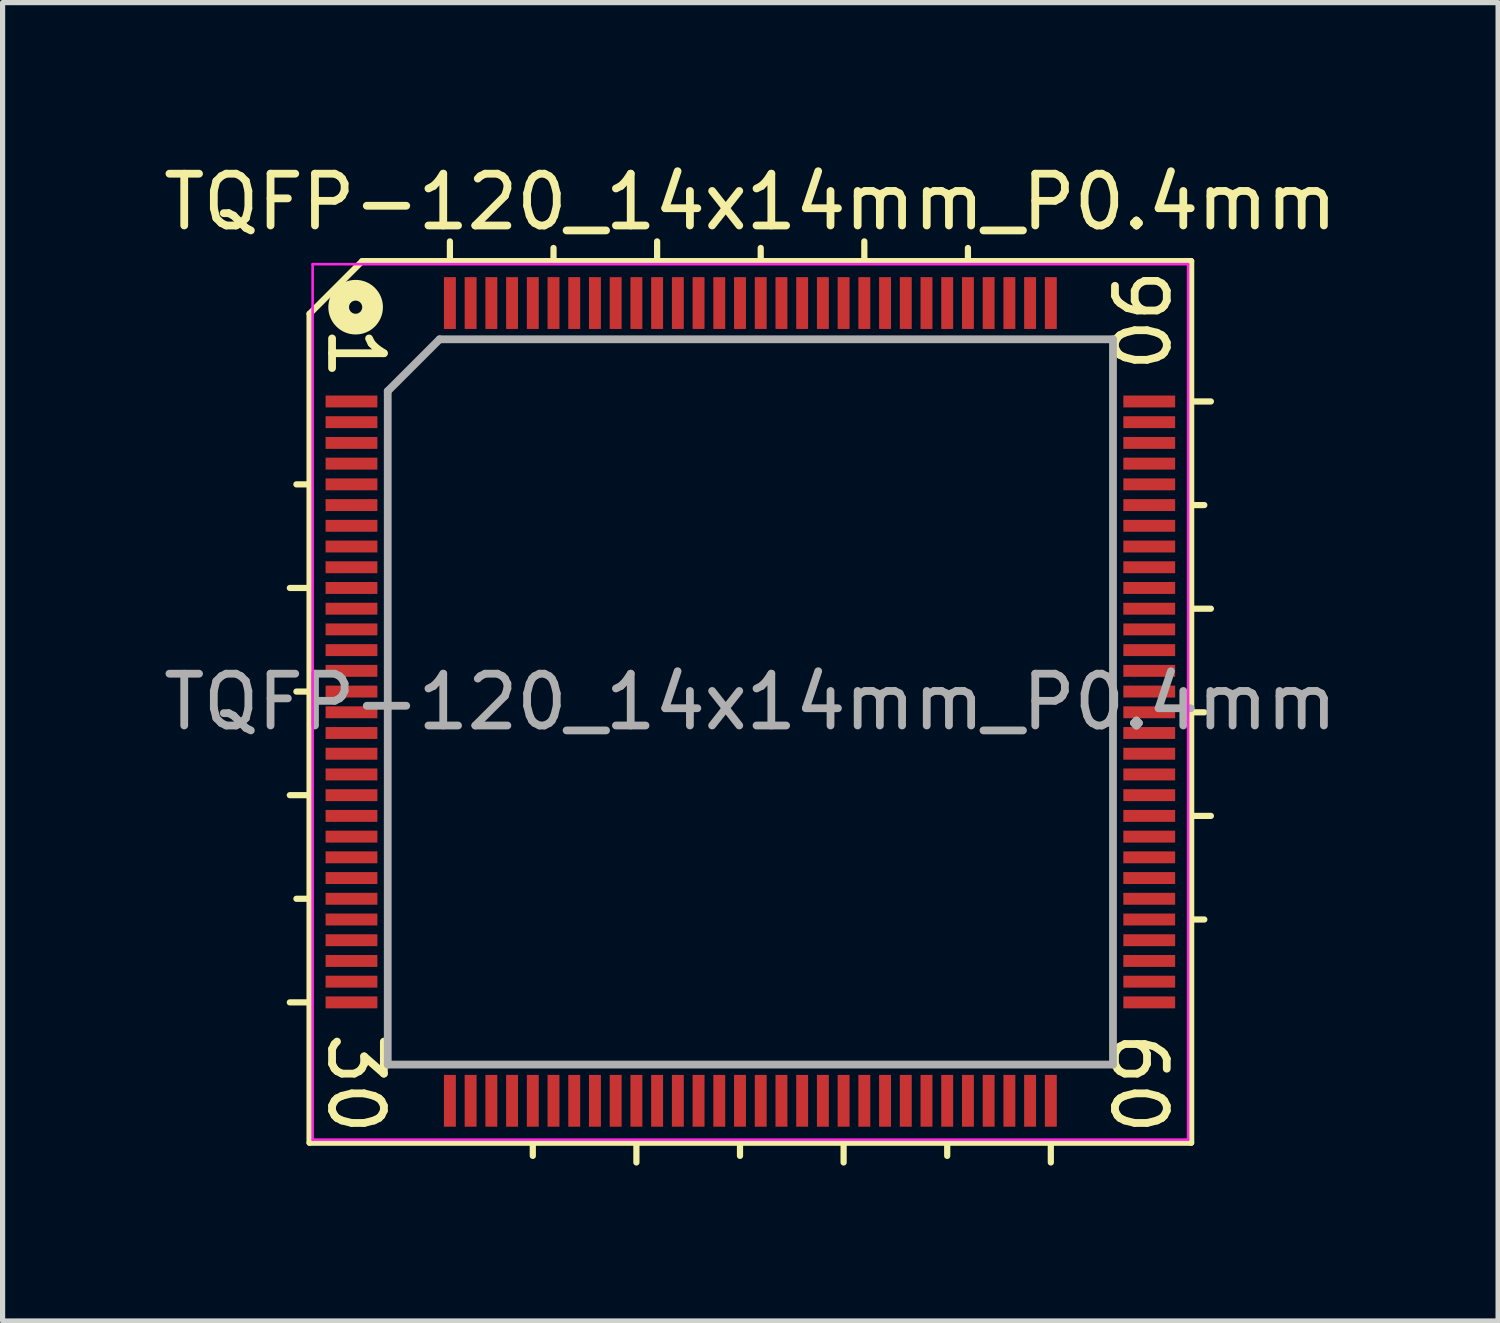
<source format=kicad_pcb>
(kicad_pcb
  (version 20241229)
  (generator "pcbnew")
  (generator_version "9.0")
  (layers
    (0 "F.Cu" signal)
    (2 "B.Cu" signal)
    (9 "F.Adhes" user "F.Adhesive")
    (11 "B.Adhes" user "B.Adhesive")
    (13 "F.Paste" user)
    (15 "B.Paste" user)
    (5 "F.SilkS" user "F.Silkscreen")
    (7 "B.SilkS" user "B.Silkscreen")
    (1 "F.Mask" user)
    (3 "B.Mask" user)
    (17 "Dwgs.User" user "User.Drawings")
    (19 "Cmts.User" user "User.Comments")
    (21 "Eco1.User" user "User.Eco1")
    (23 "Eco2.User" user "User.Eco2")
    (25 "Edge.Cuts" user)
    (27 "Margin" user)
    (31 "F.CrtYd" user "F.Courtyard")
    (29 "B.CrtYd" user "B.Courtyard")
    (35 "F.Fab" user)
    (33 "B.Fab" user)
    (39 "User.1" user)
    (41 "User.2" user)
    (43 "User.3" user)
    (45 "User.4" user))
  (footprint "TQFP-120_14x14mm_P0.4mm"
    (layer "F.Cu")
    (at 11.435 10.5)
    (property "Reference" "TQFP-120_14x14mm_P0.4mm" (at 0 -9.652 0) (layer "F.SilkS") (effects (font (size 1 1) (thickness 0.15))))
    (attr smd)
    (fp_line (start -8.509 -7.493) (end -8.509 8.509) (stroke (width 0.12) (type solid)) (layer "F.SilkS"))
    (fp_line (start -8.509 -4.2) (end -8.763 -4.2) (stroke (width 0.12) (type solid)) (layer "F.SilkS"))
    (fp_line (start -8.509 -2.2) (end -8.89 -2.2) (stroke (width 0.12) (type solid)) (layer "F.SilkS"))
    (fp_line (start -8.509 -0.2) (end -8.763 -0.2) (stroke (width 0.12) (type solid)) (layer "F.SilkS"))
    (fp_line (start -8.509 1.8) (end -8.89 1.8) (stroke (width 0.12) (type solid)) (layer "F.SilkS"))
    (fp_line (start -8.509 3.8) (end -8.763 3.8) (stroke (width 0.12) (type solid)) (layer "F.SilkS"))
    (fp_line (start -8.509 5.8) (end -8.89 5.8) (stroke (width 0.12) (type solid)) (layer "F.SilkS"))
    (fp_line (start -8.509 8.509) (end 8.509 8.509) (stroke (width 0.12) (type solid)) (layer "F.SilkS"))
    (fp_line (start -7.493 -8.509) (end -8.509 -7.493) (stroke (width 0.12) (type solid)) (layer "F.SilkS"))
    (fp_line (start -5.8 -8.509) (end -5.8 -8.89) (stroke (width 0.12) (type solid)) (layer "F.SilkS"))
    (fp_line (start -4.2 8.509) (end -4.2 8.763) (stroke (width 0.12) (type solid)) (layer "F.SilkS"))
    (fp_line (start -3.8 -8.509) (end -3.8 -8.763) (stroke (width 0.12) (type solid)) (layer "F.SilkS"))
    (fp_line (start -2.2 8.509) (end -2.2 8.89) (stroke (width 0.12) (type solid)) (layer "F.SilkS"))
    (fp_line (start -1.8 -8.509) (end -1.8 -8.89) (stroke (width 0.12) (type solid)) (layer "F.SilkS"))
    (fp_line (start -0.2 8.509) (end -0.2 8.763) (stroke (width 0.12) (type solid)) (layer "F.SilkS"))
    (fp_line (start 0.2 -8.509) (end 0.2 -8.763) (stroke (width 0.12) (type solid)) (layer "F.SilkS"))
    (fp_line (start 1.8 8.509) (end 1.8 8.89) (stroke (width 0.12) (type solid)) (layer "F.SilkS"))
    (fp_line (start 2.2 -8.89) (end 2.2 -8.509) (stroke (width 0.12) (type solid)) (layer "F.SilkS"))
    (fp_line (start 3.8 8.509) (end 3.8 8.763) (stroke (width 0.12) (type solid)) (layer "F.SilkS"))
    (fp_line (start 4.2 -8.509) (end 4.2 -8.763) (stroke (width 0.12) (type solid)) (layer "F.SilkS"))
    (fp_line (start 5.8 8.509) (end 5.8 8.89) (stroke (width 0.12) (type solid)) (layer "F.SilkS"))
    (fp_line (start 8.509 -8.509) (end -7.493 -8.509) (stroke (width 0.12) (type solid)) (layer "F.SilkS"))
    (fp_line (start 8.509 -5.8) (end 8.89 -5.8) (stroke (width 0.12) (type solid)) (layer "F.SilkS"))
    (fp_line (start 8.509 -3.8) (end 8.763 -3.8) (stroke (width 0.12) (type solid)) (layer "F.SilkS"))
    (fp_line (start 8.509 -1.8) (end 8.89 -1.8) (stroke (width 0.12) (type solid)) (layer "F.SilkS"))
    (fp_line (start 8.509 0.2) (end 8.763 0.2) (stroke (width 0.12) (type solid)) (layer "F.SilkS"))
    (fp_line (start 8.509 2.2) (end 8.89 2.2) (stroke (width 0.12) (type solid)) (layer "F.SilkS"))
    (fp_line (start 8.509 4.2) (end 8.763 4.2) (stroke (width 0.12) (type solid)) (layer "F.SilkS"))
    (fp_line (start 8.509 8.509) (end 8.509 -8.509) (stroke (width 0.12) (type solid)) (layer "F.SilkS"))
    (fp_circle (center -7.62 -7.62) (end -7.493 -7.62) (stroke (width 0.4) (type solid)) (fill no) (layer "F.SilkS"))
    (fp_line (start -8.45 -8.45) (end -8.45 8.45) (stroke (width 0.05) (type solid)) (layer "F.CrtYd"))
    (fp_line (start -8.45 -8.45) (end 8.45 -8.45) (stroke (width 0.05) (type solid)) (layer "F.CrtYd"))
    (fp_line (start -8.45 8.45) (end 8.45 8.45) (stroke (width 0.05) (type solid)) (layer "F.CrtYd"))
    (fp_line (start 8.45 -8.45) (end 8.45 8.45) (stroke (width 0.05) (type solid)) (layer "F.CrtYd"))
    (fp_line (start -7 -6) (end -6 -7) (stroke (width 0.15) (type solid)) (layer "F.Fab"))
    (fp_line (start -7 7) (end -7 -6) (stroke (width 0.15) (type solid)) (layer "F.Fab"))
    (fp_line (start -6 -7) (end 7 -7) (stroke (width 0.15) (type solid)) (layer "F.Fab"))
    (fp_line (start 7 -7) (end 7 7) (stroke (width 0.15) (type solid)) (layer "F.Fab"))
    (fp_line (start 7 7) (end -7 7) (stroke (width 0.15) (type solid)) (layer "F.Fab"))
    (fp_text user "60" (at 7.493 7.366 270) (unlocked yes) (layer "F.SilkS") (effects (font (size 1 1) (thickness 0.15))))
    (fp_text user "90" (at 7.493 -7.366 270) (unlocked yes) (layer "F.SilkS") (effects (font (size 1 1) (thickness 0.15))))
    (fp_text user "30" (at -7.62 7.366 270) (unlocked yes) (layer "F.SilkS") (effects (font (size 1 1) (thickness 0.15))))
    (fp_text user "1" (at -7.62 -6.731 270) (unlocked yes) (layer "F.SilkS") (effects (font (size 1 1) (thickness 0.15))))
    (fp_text user "${REFERENCE}" (at 0 0 0) (layer "F.Fab") (effects (font (size 1 1) (thickness 0.15))))
    (pad "1" smd rect (at -7.7 -5.8) (size 1 0.23) (layers "F.Cu" "F.Mask" "F.Paste"))
    (pad "2" smd rect (at -7.7 -5.4) (size 1 0.23) (layers "F.Cu" "F.Mask" "F.Paste"))
    (pad "3" smd rect (at -7.7 -5) (size 1 0.23) (layers "F.Cu" "F.Mask" "F.Paste"))
    (pad "4" smd rect (at -7.7 -4.6) (size 1 0.23) (layers "F.Cu" "F.Mask" "F.Paste"))
    (pad "5" smd rect (at -7.7 -4.2) (size 1 0.23) (layers "F.Cu" "F.Mask" "F.Paste"))
    (pad "6" smd rect (at -7.7 -3.8) (size 1 0.23) (layers "F.Cu" "F.Mask" "F.Paste"))
    (pad "7" smd rect (at -7.7 -3.4) (size 1 0.23) (layers "F.Cu" "F.Mask" "F.Paste"))
    (pad "8" smd rect (at -7.7 -3) (size 1 0.23) (layers "F.Cu" "F.Mask" "F.Paste"))
    (pad "9" smd rect (at -7.7 -2.6) (size 1 0.23) (layers "F.Cu" "F.Mask" "F.Paste"))
    (pad "10" smd rect (at -7.7 -2.2) (size 1 0.23) (layers "F.Cu" "F.Mask" "F.Paste"))
    (pad "11" smd rect (at -7.7 -1.8) (size 1 0.23) (layers "F.Cu" "F.Mask" "F.Paste"))
    (pad "12" smd rect (at -7.7 -1.4) (size 1 0.23) (layers "F.Cu" "F.Mask" "F.Paste"))
    (pad "13" smd rect (at -7.7 -1) (size 1 0.23) (layers "F.Cu" "F.Mask" "F.Paste"))
    (pad "14" smd rect (at -7.7 -0.6) (size 1 0.23) (layers "F.Cu" "F.Mask" "F.Paste"))
    (pad "15" smd rect (at -7.7 -0.2) (size 1 0.23) (layers "F.Cu" "F.Mask" "F.Paste"))
    (pad "16" smd rect (at -7.7 0.2) (size 1 0.23) (layers "F.Cu" "F.Mask" "F.Paste"))
    (pad "17" smd rect (at -7.7 0.6) (size 1 0.23) (layers "F.Cu" "F.Mask" "F.Paste"))
    (pad "18" smd rect (at -7.7 1) (size 1 0.23) (layers "F.Cu" "F.Mask" "F.Paste"))
    (pad "19" smd rect (at -7.7 1.4) (size 1 0.23) (layers "F.Cu" "F.Mask" "F.Paste"))
    (pad "20" smd rect (at -7.7 1.8) (size 1 0.23) (layers "F.Cu" "F.Mask" "F.Paste"))
    (pad "21" smd rect (at -7.7 2.2) (size 1 0.23) (layers "F.Cu" "F.Mask" "F.Paste"))
    (pad "22" smd rect (at -7.7 2.6) (size 1 0.23) (layers "F.Cu" "F.Mask" "F.Paste"))
    (pad "23" smd rect (at -7.7 3) (size 1 0.23) (layers "F.Cu" "F.Mask" "F.Paste"))
    (pad "24" smd rect (at -7.7 3.4) (size 1 0.23) (layers "F.Cu" "F.Mask" "F.Paste"))
    (pad "25" smd rect (at -7.7 3.8) (size 1 0.23) (layers "F.Cu" "F.Mask" "F.Paste"))
    (pad "26" smd rect (at -7.7 4.2) (size 1 0.23) (layers "F.Cu" "F.Mask" "F.Paste"))
    (pad "27" smd rect (at -7.7 4.6) (size 1 0.23) (layers "F.Cu" "F.Mask" "F.Paste"))
    (pad "28" smd rect (at -7.7 5) (size 1 0.23) (layers "F.Cu" "F.Mask" "F.Paste"))
    (pad "29" smd rect (at -7.7 5.4) (size 1 0.23) (layers "F.Cu" "F.Mask" "F.Paste"))
    (pad "30" smd rect (at -7.7 5.8) (size 1 0.23) (layers "F.Cu" "F.Mask" "F.Paste"))
    (pad "31" smd rect (at -5.8 7.7 90) (size 1 0.23) (layers "F.Cu" "F.Mask" "F.Paste"))
    (pad "32" smd rect (at -5.4 7.7 90) (size 1 0.23) (layers "F.Cu" "F.Mask" "F.Paste"))
    (pad "33" smd rect (at -5 7.7 90) (size 1 0.23) (layers "F.Cu" "F.Mask" "F.Paste"))
    (pad "34" smd rect (at -4.6 7.7 90) (size 1 0.23) (layers "F.Cu" "F.Mask" "F.Paste"))
    (pad "35" smd rect (at -4.2 7.7 90) (size 1 0.23) (layers "F.Cu" "F.Mask" "F.Paste"))
    (pad "36" smd rect (at -3.8 7.7 90) (size 1 0.23) (layers "F.Cu" "F.Mask" "F.Paste"))
    (pad "37" smd rect (at -3.4 7.7 90) (size 1 0.23) (layers "F.Cu" "F.Mask" "F.Paste"))
    (pad "38" smd rect (at -3 7.7 90) (size 1 0.23) (layers "F.Cu" "F.Mask" "F.Paste"))
    (pad "39" smd rect (at -2.6 7.7 90) (size 1 0.23) (layers "F.Cu" "F.Mask" "F.Paste"))
    (pad "40" smd rect (at -2.2 7.7 90) (size 1 0.23) (layers "F.Cu" "F.Mask" "F.Paste"))
    (pad "41" smd rect (at -1.8 7.7 90) (size 1 0.23) (layers "F.Cu" "F.Mask" "F.Paste"))
    (pad "42" smd rect (at -1.4 7.7 90) (size 1 0.23) (layers "F.Cu" "F.Mask" "F.Paste"))
    (pad "43" smd rect (at -1 7.7 90) (size 1 0.23) (layers "F.Cu" "F.Mask" "F.Paste"))
    (pad "44" smd rect (at -0.6 7.7 90) (size 1 0.23) (layers "F.Cu" "F.Mask" "F.Paste"))
    (pad "45" smd rect (at -0.2 7.7 90) (size 1 0.23) (layers "F.Cu" "F.Mask" "F.Paste"))
    (pad "46" smd rect (at 0.2 7.7 90) (size 1 0.23) (layers "F.Cu" "F.Mask" "F.Paste"))
    (pad "47" smd rect (at 0.6 7.7 90) (size 1 0.23) (layers "F.Cu" "F.Mask" "F.Paste"))
    (pad "48" smd rect (at 1 7.7 90) (size 1 0.23) (layers "F.Cu" "F.Mask" "F.Paste"))
    (pad "49" smd rect (at 1.4 7.7 90) (size 1 0.23) (layers "F.Cu" "F.Mask" "F.Paste"))
    (pad "50" smd rect (at 1.8 7.7 90) (size 1 0.23) (layers "F.Cu" "F.Mask" "F.Paste"))
    (pad "51" smd rect (at 2.2 7.7 90) (size 1 0.23) (layers "F.Cu" "F.Mask" "F.Paste"))
    (pad "52" smd rect (at 2.6 7.7 90) (size 1 0.23) (layers "F.Cu" "F.Mask" "F.Paste"))
    (pad "53" smd rect (at 3 7.7 90) (size 1 0.23) (layers "F.Cu" "F.Mask" "F.Paste"))
    (pad "54" smd rect (at 3.4 7.7 90) (size 1 0.23) (layers "F.Cu" "F.Mask" "F.Paste"))
    (pad "55" smd rect (at 3.8 7.7 90) (size 1 0.23) (layers "F.Cu" "F.Mask" "F.Paste"))
    (pad "56" smd rect (at 4.2 7.7 90) (size 1 0.23) (layers "F.Cu" "F.Mask" "F.Paste"))
    (pad "57" smd rect (at 4.6 7.7 90) (size 1 0.23) (layers "F.Cu" "F.Mask" "F.Paste"))
    (pad "58" smd rect (at 5 7.7 90) (size 1 0.23) (layers "F.Cu" "F.Mask" "F.Paste"))
    (pad "59" smd rect (at 5.4 7.7 90) (size 1 0.23) (layers "F.Cu" "F.Mask" "F.Paste"))
    (pad "60" smd rect (at 5.8 7.7 90) (size 1 0.23) (layers "F.Cu" "F.Mask" "F.Paste"))
    (pad "61" smd rect (at 7.7 5.8) (size 1 0.23) (layers "F.Cu" "F.Mask" "F.Paste"))
    (pad "62" smd rect (at 7.7 5.4) (size 1 0.23) (layers "F.Cu" "F.Mask" "F.Paste"))
    (pad "63" smd rect (at 7.7 5) (size 1 0.23) (layers "F.Cu" "F.Mask" "F.Paste"))
    (pad "64" smd rect (at 7.7 4.6) (size 1 0.23) (layers "F.Cu" "F.Mask" "F.Paste"))
    (pad "65" smd rect (at 7.7 4.2) (size 1 0.23) (layers "F.Cu" "F.Mask" "F.Paste"))
    (pad "66" smd rect (at 7.7 3.8) (size 1 0.23) (layers "F.Cu" "F.Mask" "F.Paste"))
    (pad "67" smd rect (at 7.7 3.4) (size 1 0.23) (layers "F.Cu" "F.Mask" "F.Paste"))
    (pad "68" smd rect (at 7.7 3) (size 1 0.23) (layers "F.Cu" "F.Mask" "F.Paste"))
    (pad "69" smd rect (at 7.7 2.6) (size 1 0.23) (layers "F.Cu" "F.Mask" "F.Paste"))
    (pad "70" smd rect (at 7.7 2.2) (size 1 0.23) (layers "F.Cu" "F.Mask" "F.Paste"))
    (pad "71" smd rect (at 7.7 1.8) (size 1 0.23) (layers "F.Cu" "F.Mask" "F.Paste"))
    (pad "72" smd rect (at 7.7 1.4) (size 1 0.23) (layers "F.Cu" "F.Mask" "F.Paste"))
    (pad "73" smd rect (at 7.7 1) (size 1 0.23) (layers "F.Cu" "F.Mask" "F.Paste"))
    (pad "74" smd rect (at 7.7 0.6) (size 1 0.23) (layers "F.Cu" "F.Mask" "F.Paste"))
    (pad "75" smd rect (at 7.7 0.2) (size 1 0.23) (layers "F.Cu" "F.Mask" "F.Paste"))
    (pad "76" smd rect (at 7.7 -0.2) (size 1 0.23) (layers "F.Cu" "F.Mask" "F.Paste"))
    (pad "77" smd rect (at 7.7 -0.6) (size 1 0.23) (layers "F.Cu" "F.Mask" "F.Paste"))
    (pad "78" smd rect (at 7.7 -1) (size 1 0.23) (layers "F.Cu" "F.Mask" "F.Paste"))
    (pad "79" smd rect (at 7.7 -1.4) (size 1 0.23) (layers "F.Cu" "F.Mask" "F.Paste"))
    (pad "80" smd rect (at 7.7 -1.8) (size 1 0.23) (layers "F.Cu" "F.Mask" "F.Paste"))
    (pad "81" smd rect (at 7.7 -2.2) (size 1 0.23) (layers "F.Cu" "F.Mask" "F.Paste"))
    (pad "82" smd rect (at 7.7 -2.6) (size 1 0.23) (layers "F.Cu" "F.Mask" "F.Paste"))
    (pad "83" smd rect (at 7.7 -3) (size 1 0.23) (layers "F.Cu" "F.Mask" "F.Paste"))
    (pad "84" smd rect (at 7.7 -3.4) (size 1 0.23) (layers "F.Cu" "F.Mask" "F.Paste"))
    (pad "85" smd rect (at 7.7 -3.8) (size 1 0.23) (layers "F.Cu" "F.Mask" "F.Paste"))
    (pad "86" smd rect (at 7.7 -4.2) (size 1 0.23) (layers "F.Cu" "F.Mask" "F.Paste"))
    (pad "87" smd rect (at 7.7 -4.6) (size 1 0.23) (layers "F.Cu" "F.Mask" "F.Paste"))
    (pad "88" smd rect (at 7.7 -5) (size 1 0.23) (layers "F.Cu" "F.Mask" "F.Paste"))
    (pad "89" smd rect (at 7.7 -5.4) (size 1 0.23) (layers "F.Cu" "F.Mask" "F.Paste"))
    (pad "90" smd rect (at 7.7 -5.8) (size 1 0.23) (layers "F.Cu" "F.Mask" "F.Paste"))
    (pad "91" smd rect (at 5.8 -7.7 90) (size 1 0.23) (layers "F.Cu" "F.Mask" "F.Paste"))
    (pad "92" smd rect (at 5.4 -7.7 90) (size 1 0.23) (layers "F.Cu" "F.Mask" "F.Paste"))
    (pad "93" smd rect (at 5 -7.7 90) (size 1 0.23) (layers "F.Cu" "F.Mask" "F.Paste"))
    (pad "94" smd rect (at 4.6 -7.7 90) (size 1 0.23) (layers "F.Cu" "F.Mask" "F.Paste"))
    (pad "95" smd rect (at 4.2 -7.7 90) (size 1 0.23) (layers "F.Cu" "F.Mask" "F.Paste"))
    (pad "96" smd rect (at 3.8 -7.7 90) (size 1 0.23) (layers "F.Cu" "F.Mask" "F.Paste"))
    (pad "97" smd rect (at 3.4 -7.7 90) (size 1 0.23) (layers "F.Cu" "F.Mask" "F.Paste"))
    (pad "98" smd rect (at 3 -7.7 90) (size 1 0.23) (layers "F.Cu" "F.Mask" "F.Paste"))
    (pad "99" smd rect (at 2.6 -7.7 90) (size 1 0.23) (layers "F.Cu" "F.Mask" "F.Paste"))
    (pad "100" smd rect (at 2.2 -7.7 90) (size 1 0.23) (layers "F.Cu" "F.Mask" "F.Paste"))
    (pad "101" smd rect (at 1.8 -7.7 90) (size 1 0.23) (layers "F.Cu" "F.Mask" "F.Paste"))
    (pad "102" smd rect (at 1.4 -7.7 90) (size 1 0.23) (layers "F.Cu" "F.Mask" "F.Paste"))
    (pad "103" smd rect (at 1 -7.7 90) (size 1 0.23) (layers "F.Cu" "F.Mask" "F.Paste"))
    (pad "104" smd rect (at 0.6 -7.7 90) (size 1 0.23) (layers "F.Cu" "F.Mask" "F.Paste"))
    (pad "105" smd rect (at 0.2 -7.7 90) (size 1 0.23) (layers "F.Cu" "F.Mask" "F.Paste"))
    (pad "106" smd rect (at -0.2 -7.7 90) (size 1 0.23) (layers "F.Cu" "F.Mask" "F.Paste"))
    (pad "107" smd rect (at -0.6 -7.7 90) (size 1 0.23) (layers "F.Cu" "F.Mask" "F.Paste"))
    (pad "108" smd rect (at -1 -7.7 90) (size 1 0.23) (layers "F.Cu" "F.Mask" "F.Paste"))
    (pad "109" smd rect (at -1.4 -7.7 90) (size 1 0.23) (layers "F.Cu" "F.Mask" "F.Paste"))
    (pad "110" smd rect (at -1.8 -7.7 90) (size 1 0.23) (layers "F.Cu" "F.Mask" "F.Paste"))
    (pad "111" smd rect (at -2.2 -7.7 90) (size 1 0.23) (layers "F.Cu" "F.Mask" "F.Paste"))
    (pad "112" smd rect (at -2.6 -7.7 90) (size 1 0.23) (layers "F.Cu" "F.Mask" "F.Paste"))
    (pad "113" smd rect (at -3 -7.7 90) (size 1 0.23) (layers "F.Cu" "F.Mask" "F.Paste"))
    (pad "114" smd rect (at -3.4 -7.7 90) (size 1 0.23) (layers "F.Cu" "F.Mask" "F.Paste"))
    (pad "115" smd rect (at -3.8 -7.7 90) (size 1 0.23) (layers "F.Cu" "F.Mask" "F.Paste"))
    (pad "116" smd rect (at -4.2 -7.7 90) (size 1 0.23) (layers "F.Cu" "F.Mask" "F.Paste"))
    (pad "117" smd rect (at -4.6 -7.7 90) (size 1 0.23) (layers "F.Cu" "F.Mask" "F.Paste"))
    (pad "118" smd rect (at -5 -7.7 90) (size 1 0.23) (layers "F.Cu" "F.Mask" "F.Paste"))
    (pad "119" smd rect (at -5.4 -7.7 90) (size 1 0.23) (layers "F.Cu" "F.Mask" "F.Paste"))
    (pad "120" smd rect (at -5.8 -7.7 90) (size 1 0.23) (layers "F.Cu" "F.Mask" "F.Paste")))
  (gr_rect
    (start -3 -3)
    (end 25.869 22.45)
    (stroke (width 0.1) (type default))
    (fill no)
    (layer "Edge.Cuts")))
</source>
